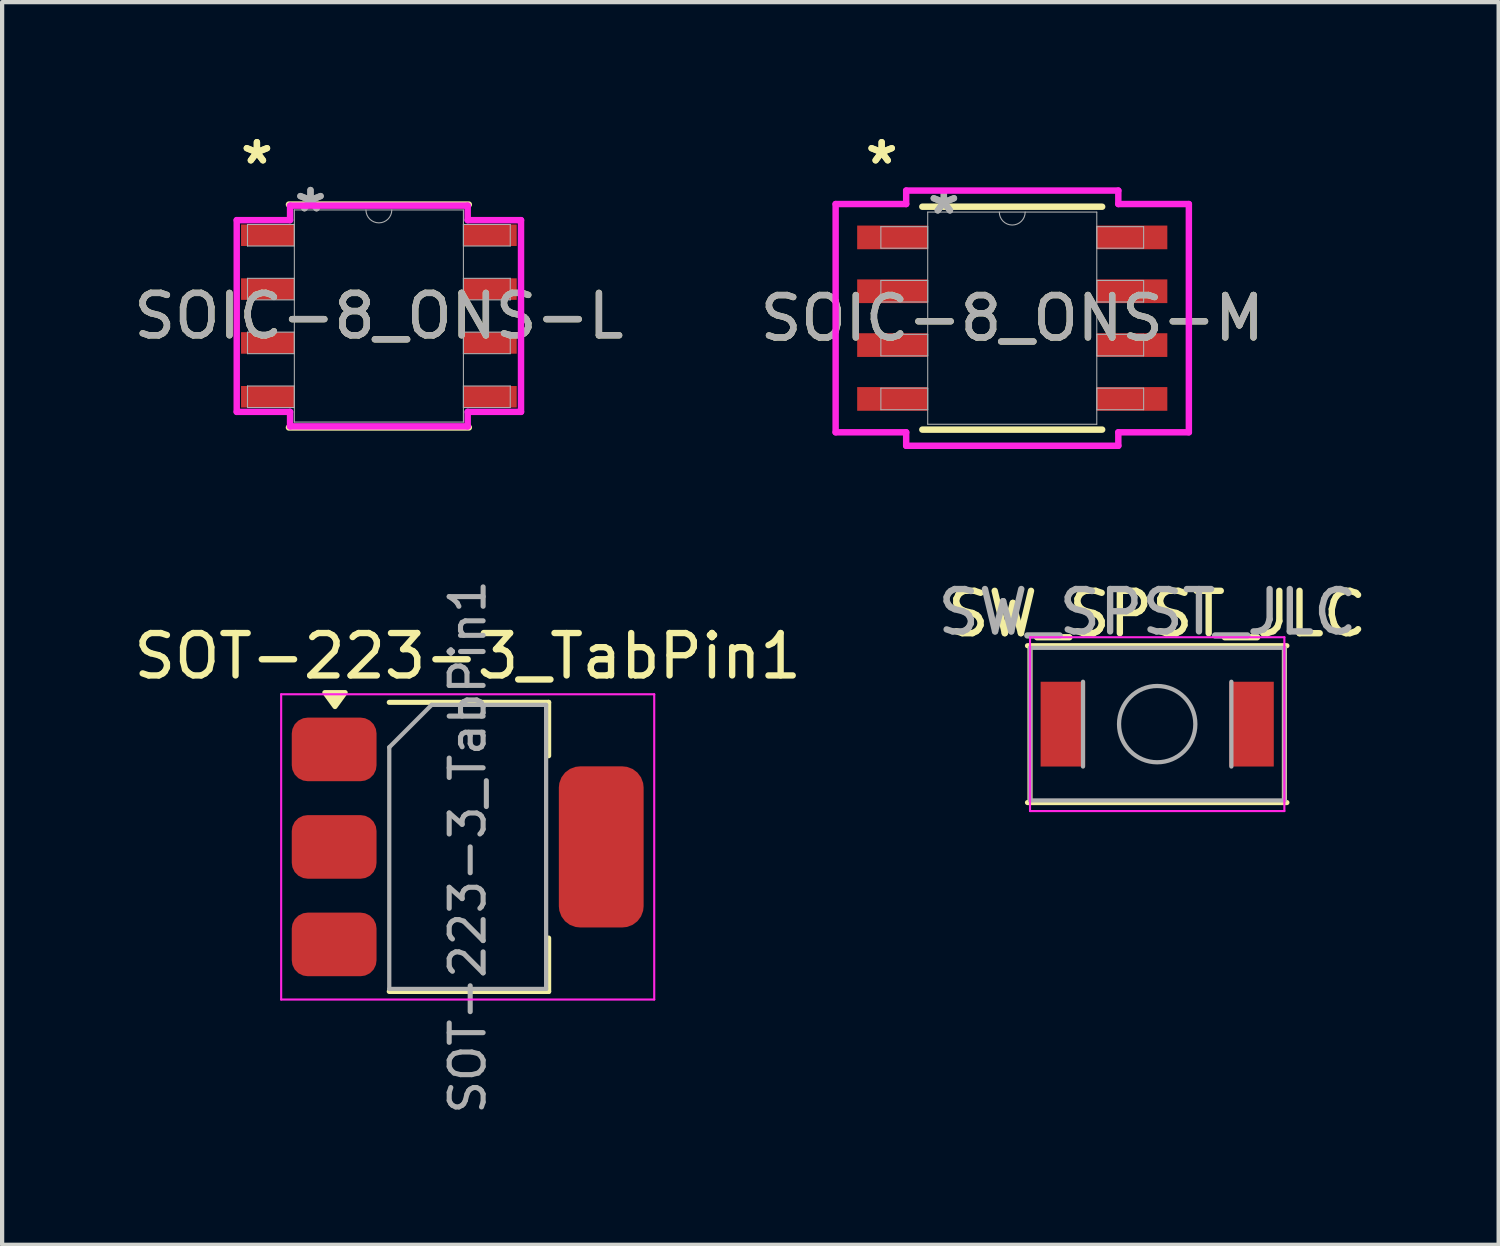
<source format=kicad_pcb>
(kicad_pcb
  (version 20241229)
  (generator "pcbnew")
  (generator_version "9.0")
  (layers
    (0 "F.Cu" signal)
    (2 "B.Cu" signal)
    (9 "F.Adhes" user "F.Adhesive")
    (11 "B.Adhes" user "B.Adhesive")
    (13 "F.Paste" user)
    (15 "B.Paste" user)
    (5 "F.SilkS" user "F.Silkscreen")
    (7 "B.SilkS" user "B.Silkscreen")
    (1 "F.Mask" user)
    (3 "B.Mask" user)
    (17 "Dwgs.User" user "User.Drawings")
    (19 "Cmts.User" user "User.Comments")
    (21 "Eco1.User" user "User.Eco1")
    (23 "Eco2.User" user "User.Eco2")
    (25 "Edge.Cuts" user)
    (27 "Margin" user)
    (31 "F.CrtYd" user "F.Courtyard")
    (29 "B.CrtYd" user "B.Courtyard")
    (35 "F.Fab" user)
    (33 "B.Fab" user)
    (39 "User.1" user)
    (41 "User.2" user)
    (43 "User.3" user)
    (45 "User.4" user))
  (footprint "SOIC-8_ONS-L"
    (layer "F.Cu")
    (at 5.887 4.404)
    (property "Reference" "SOIC-8_ONS-L" (at 0 0 0) (unlocked yes) (layer "F.SilkS") (effects (font (size 1 1) (thickness 0.15))))
    (attr smd)
    (fp_line (start -2.121 2.629) (end 2.121 2.629) (stroke (width 0.152) (type solid)) (layer "F.SilkS"))
    (fp_line (start 2.121 -2.629) (end -2.121 -2.629) (stroke (width 0.152) (type solid)) (layer "F.SilkS"))
    (fp_line (start -3.353 -2.261) (end -2.095 -2.261) (stroke (width 0.152) (type solid)) (layer "F.CrtYd"))
    (fp_line (start -3.353 2.261) (end -3.353 -2.261) (stroke (width 0.152) (type solid)) (layer "F.CrtYd"))
    (fp_line (start -3.353 2.261) (end -2.095 2.261) (stroke (width 0.152) (type solid)) (layer "F.CrtYd"))
    (fp_line (start -2.095 -2.603) (end 2.095 -2.603) (stroke (width 0.152) (type solid)) (layer "F.CrtYd"))
    (fp_line (start -2.095 -2.261) (end -2.095 -2.603) (stroke (width 0.152) (type solid)) (layer "F.CrtYd"))
    (fp_line (start -2.095 2.603) (end -2.095 2.261) (stroke (width 0.152) (type solid)) (layer "F.CrtYd"))
    (fp_line (start 2.095 -2.603) (end 2.095 -2.261) (stroke (width 0.152) (type solid)) (layer "F.CrtYd"))
    (fp_line (start 2.095 2.261) (end 2.095 2.603) (stroke (width 0.152) (type solid)) (layer "F.CrtYd"))
    (fp_line (start 2.095 2.603) (end -2.095 2.603) (stroke (width 0.152) (type solid)) (layer "F.CrtYd"))
    (fp_line (start 3.353 -2.261) (end 2.095 -2.261) (stroke (width 0.152) (type solid)) (layer "F.CrtYd"))
    (fp_line (start 3.353 -2.261) (end 3.353 2.261) (stroke (width 0.152) (type solid)) (layer "F.CrtYd"))
    (fp_line (start 3.353 2.261) (end 2.095 2.261) (stroke (width 0.152) (type solid)) (layer "F.CrtYd"))
    (fp_line (start -3.099 -2.159) (end -3.099 -1.651) (stroke (width 0.025) (type solid)) (layer "F.Fab"))
    (fp_line (start -3.099 -1.651) (end -1.994 -1.651) (stroke (width 0.025) (type solid)) (layer "F.Fab"))
    (fp_line (start -3.099 -0.889) (end -3.099 -0.381) (stroke (width 0.025) (type solid)) (layer "F.Fab"))
    (fp_line (start -3.099 -0.381) (end -1.994 -0.381) (stroke (width 0.025) (type solid)) (layer "F.Fab"))
    (fp_line (start -3.099 0.381) (end -3.099 0.889) (stroke (width 0.025) (type solid)) (layer "F.Fab"))
    (fp_line (start -3.099 0.889) (end -1.994 0.889) (stroke (width 0.025) (type solid)) (layer "F.Fab"))
    (fp_line (start -3.099 1.651) (end -3.099 2.159) (stroke (width 0.025) (type solid)) (layer "F.Fab"))
    (fp_line (start -3.099 2.159) (end -1.994 2.159) (stroke (width 0.025) (type solid)) (layer "F.Fab"))
    (fp_line (start -1.994 -2.502) (end -1.994 2.502) (stroke (width 0.025) (type solid)) (layer "F.Fab"))
    (fp_line (start -1.994 -2.159) (end -3.099 -2.159) (stroke (width 0.025) (type solid)) (layer "F.Fab"))
    (fp_line (start -1.994 -1.651) (end -1.994 -2.159) (stroke (width 0.025) (type solid)) (layer "F.Fab"))
    (fp_line (start -1.994 -0.889) (end -3.099 -0.889) (stroke (width 0.025) (type solid)) (layer "F.Fab"))
    (fp_line (start -1.994 -0.381) (end -1.994 -0.889) (stroke (width 0.025) (type solid)) (layer "F.Fab"))
    (fp_line (start -1.994 0.381) (end -3.099 0.381) (stroke (width 0.025) (type solid)) (layer "F.Fab"))
    (fp_line (start -1.994 0.889) (end -1.994 0.381) (stroke (width 0.025) (type solid)) (layer "F.Fab"))
    (fp_line (start -1.994 1.651) (end -3.099 1.651) (stroke (width 0.025) (type solid)) (layer "F.Fab"))
    (fp_line (start -1.994 2.159) (end -1.994 1.651) (stroke (width 0.025) (type solid)) (layer "F.Fab"))
    (fp_line (start -1.994 2.502) (end 1.994 2.502) (stroke (width 0.025) (type solid)) (layer "F.Fab"))
    (fp_line (start 1.994 -2.502) (end -1.994 -2.502) (stroke (width 0.025) (type solid)) (layer "F.Fab"))
    (fp_line (start 1.994 -2.159) (end 1.994 -1.651) (stroke (width 0.025) (type solid)) (layer "F.Fab"))
    (fp_line (start 1.994 -1.651) (end 3.099 -1.651) (stroke (width 0.025) (type solid)) (layer "F.Fab"))
    (fp_line (start 1.994 -0.889) (end 1.994 -0.381) (stroke (width 0.025) (type solid)) (layer "F.Fab"))
    (fp_line (start 1.994 -0.381) (end 3.099 -0.381) (stroke (width 0.025) (type solid)) (layer "F.Fab"))
    (fp_line (start 1.994 0.381) (end 1.994 0.889) (stroke (width 0.025) (type solid)) (layer "F.Fab"))
    (fp_line (start 1.994 0.889) (end 3.099 0.889) (stroke (width 0.025) (type solid)) (layer "F.Fab"))
    (fp_line (start 1.994 1.651) (end 1.994 2.159) (stroke (width 0.025) (type solid)) (layer "F.Fab"))
    (fp_line (start 1.994 2.159) (end 3.099 2.159) (stroke (width 0.025) (type solid)) (layer "F.Fab"))
    (fp_line (start 1.994 2.502) (end 1.994 -2.502) (stroke (width 0.025) (type solid)) (layer "F.Fab"))
    (fp_line (start 3.099 -2.159) (end 1.994 -2.159) (stroke (width 0.025) (type solid)) (layer "F.Fab"))
    (fp_line (start 3.099 -1.651) (end 3.099 -2.159) (stroke (width 0.025) (type solid)) (layer "F.Fab"))
    (fp_line (start 3.099 -0.889) (end 1.994 -0.889) (stroke (width 0.025) (type solid)) (layer "F.Fab"))
    (fp_line (start 3.099 -0.381) (end 3.099 -0.889) (stroke (width 0.025) (type solid)) (layer "F.Fab"))
    (fp_line (start 3.099 0.381) (end 1.994 0.381) (stroke (width 0.025) (type solid)) (layer "F.Fab"))
    (fp_line (start 3.099 0.889) (end 3.099 0.381) (stroke (width 0.025) (type solid)) (layer "F.Fab"))
    (fp_line (start 3.099 1.651) (end 1.994 1.651) (stroke (width 0.025) (type solid)) (layer "F.Fab"))
    (fp_line (start 3.099 2.159) (end 3.099 1.651) (stroke (width 0.025) (type solid)) (layer "F.Fab"))
    (fp_arc (start 0.3048 -2.5019) (mid 0 -2.1971) (end -0.3048 -2.5019) (stroke (width 0.0254) (type solid)) (layer "F.Fab"))
    (fp_text user "*" (at -2.877 -3.556 0) (layer "F.SilkS") (effects (font (size 1 1) (thickness 0.15))))
    (fp_text user "*" (at -2.877 -3.556 0) (unlocked yes) (layer "F.SilkS") (effects (font (size 1 1) (thickness 0.15))))
    (fp_text user "*" (at -1.613 -2.426 0) (layer "F.Fab") (effects (font (size 1 1) (thickness 0.15))))
    (fp_text user "*" (at -1.613 -2.426 0) (unlocked yes) (layer "F.Fab") (effects (font (size 1 1) (thickness 0.15))))
    (fp_text user "${REFERENCE}" (at 0 0 0) (unlocked yes) (layer "F.Fab") (effects (font (size 1 1) (thickness 0.15))))
    (pad "1" smd rect (at -2.623 -1.905) (size 1.257 0.508) (layers "F.Cu" "F.Mask" "F.Paste"))
    (pad "2" smd rect (at -2.623 -0.635) (size 1.257 0.508) (layers "F.Cu" "F.Mask" "F.Paste"))
    (pad "3" smd rect (at -2.623 0.635) (size 1.257 0.508) (layers "F.Cu" "F.Mask" "F.Paste"))
    (pad "4" smd rect (at -2.623 1.905) (size 1.257 0.508) (layers "F.Cu" "F.Mask" "F.Paste"))
    (pad "5" smd rect (at 2.623 1.905) (size 1.257 0.508) (layers "F.Cu" "F.Mask" "F.Paste"))
    (pad "6" smd rect (at 2.623 0.635) (size 1.257 0.508) (layers "F.Cu" "F.Mask" "F.Paste"))
    (pad "7" smd rect (at 2.623 -0.635) (size 1.257 0.508) (layers "F.Cu" "F.Mask" "F.Paste"))
    (pad "8" smd rect (at 2.623 -1.905) (size 1.257 0.508) (layers "F.Cu" "F.Mask" "F.Paste")))
  (footprint "SOT-223-3_TabPin1"
    (layer "F.Cu")
    (at 7.982 16.927)
    (property "Reference" "SOT-223-3_TabPin1" (at 0 -4.5 0) (layer "F.SilkS") (effects (font (size 1 1) (thickness 0.15))))
    (attr smd)
    (fp_line (start -1.85 -3.41) (end 1.91 -3.41) (stroke (width 0.12) (type solid)) (layer "F.SilkS"))
    (fp_line (start -1.85 3.41) (end 1.91 3.41) (stroke (width 0.12) (type solid)) (layer "F.SilkS"))
    (fp_line (start 1.91 -3.41) (end 1.91 -2.15) (stroke (width 0.12) (type solid)) (layer "F.SilkS"))
    (fp_line (start 1.91 3.41) (end 1.91 2.15) (stroke (width 0.12) (type solid)) (layer "F.SilkS"))
    (fp_poly (pts (xy -3.13 -3.31) (xy -3.37 -3.64) (xy -2.89 -3.64) (xy -3.13 -3.31)) (stroke (width 0.12) (type solid)) (fill yes) (layer "F.SilkS"))
    (fp_line (start -4.4 -3.6) (end -4.4 3.6) (stroke (width 0.05) (type solid)) (layer "F.CrtYd"))
    (fp_line (start -4.4 3.6) (end 4.4 3.6) (stroke (width 0.05) (type solid)) (layer "F.CrtYd"))
    (fp_line (start 4.4 -3.6) (end -4.4 -3.6) (stroke (width 0.05) (type solid)) (layer "F.CrtYd"))
    (fp_line (start 4.4 3.6) (end 4.4 -3.6) (stroke (width 0.05) (type solid)) (layer "F.CrtYd"))
    (fp_line (start -1.85 -2.35) (end -1.85 3.35) (stroke (width 0.1) (type solid)) (layer "F.Fab"))
    (fp_line (start -1.85 -2.35) (end -0.85 -3.35) (stroke (width 0.1) (type solid)) (layer "F.Fab"))
    (fp_line (start -1.85 3.35) (end 1.85 3.35) (stroke (width 0.1) (type solid)) (layer "F.Fab"))
    (fp_line (start -0.85 -3.35) (end 1.85 -3.35) (stroke (width 0.1) (type solid)) (layer "F.Fab"))
    (fp_line (start 1.85 -3.35) (end 1.85 3.35) (stroke (width 0.1) (type solid)) (layer "F.Fab"))
    (fp_text user "${REFERENCE}" (at 0 0 90) (layer "F.Fab") (effects (font (size 0.8 0.8) (thickness 0.12))))
    (pad "1" smd roundrect (at -3.15 -2.3) (size 2 1.5) (layers "F.Cu" "F.Mask" "F.Paste") (roundrect_rratio 0.25))
    (pad "1" smd roundrect (at 3.15 0) (size 2 3.8) (layers "F.Cu" "F.Mask" "F.Paste") (roundrect_rratio 0.25))
    (pad "2" smd roundrect (at -3.15 0) (size 2 1.5) (layers "F.Cu" "F.Mask" "F.Paste") (roundrect_rratio 0.25))
    (pad "3" smd roundrect (at -3.15 2.3) (size 2 1.5) (layers "F.Cu" "F.Mask" "F.Paste") (roundrect_rratio 0.25)))
  (footprint "SOIC-8_ONS-M"
    (layer "F.Cu")
    (at 20.827 4.455)
    (property "Reference" "SOIC-8_ONS-M" (at 0 0 0) (unlocked yes) (layer "F.SilkS") (effects (font (size 1 1) (thickness 0.15))))
    (attr smd)
    (fp_line (start -2.121 2.629) (end 2.121 2.629) (stroke (width 0.152) (type solid)) (layer "F.SilkS"))
    (fp_line (start 2.121 -2.629) (end -2.121 -2.629) (stroke (width 0.152) (type solid)) (layer "F.SilkS"))
    (fp_line (start -4.166 -2.692) (end -2.502 -2.692) (stroke (width 0.152) (type solid)) (layer "F.CrtYd"))
    (fp_line (start -4.166 2.692) (end -4.166 -2.692) (stroke (width 0.152) (type solid)) (layer "F.CrtYd"))
    (fp_line (start -4.166 2.692) (end -2.502 2.692) (stroke (width 0.152) (type solid)) (layer "F.CrtYd"))
    (fp_line (start -2.502 -3.01) (end 2.502 -3.01) (stroke (width 0.152) (type solid)) (layer "F.CrtYd"))
    (fp_line (start -2.502 -2.692) (end -2.502 -3.01) (stroke (width 0.152) (type solid)) (layer "F.CrtYd"))
    (fp_line (start -2.502 3.01) (end -2.502 2.692) (stroke (width 0.152) (type solid)) (layer "F.CrtYd"))
    (fp_line (start 2.502 -3.01) (end 2.502 -2.692) (stroke (width 0.152) (type solid)) (layer "F.CrtYd"))
    (fp_line (start 2.502 2.692) (end 2.502 3.01) (stroke (width 0.152) (type solid)) (layer "F.CrtYd"))
    (fp_line (start 2.502 3.01) (end -2.502 3.01) (stroke (width 0.152) (type solid)) (layer "F.CrtYd"))
    (fp_line (start 4.166 -2.692) (end 2.502 -2.692) (stroke (width 0.152) (type solid)) (layer "F.CrtYd"))
    (fp_line (start 4.166 -2.692) (end 4.166 2.692) (stroke (width 0.152) (type solid)) (layer "F.CrtYd"))
    (fp_line (start 4.166 2.692) (end 2.502 2.692) (stroke (width 0.152) (type solid)) (layer "F.CrtYd"))
    (fp_line (start -3.099 -2.159) (end -3.099 -1.651) (stroke (width 0.025) (type solid)) (layer "F.Fab"))
    (fp_line (start -3.099 -1.651) (end -1.994 -1.651) (stroke (width 0.025) (type solid)) (layer "F.Fab"))
    (fp_line (start -3.099 -0.889) (end -3.099 -0.381) (stroke (width 0.025) (type solid)) (layer "F.Fab"))
    (fp_line (start -3.099 -0.381) (end -1.994 -0.381) (stroke (width 0.025) (type solid)) (layer "F.Fab"))
    (fp_line (start -3.099 0.381) (end -3.099 0.889) (stroke (width 0.025) (type solid)) (layer "F.Fab"))
    (fp_line (start -3.099 0.889) (end -1.994 0.889) (stroke (width 0.025) (type solid)) (layer "F.Fab"))
    (fp_line (start -3.099 1.651) (end -3.099 2.159) (stroke (width 0.025) (type solid)) (layer "F.Fab"))
    (fp_line (start -3.099 2.159) (end -1.994 2.159) (stroke (width 0.025) (type solid)) (layer "F.Fab"))
    (fp_line (start -1.994 -2.502) (end -1.994 2.502) (stroke (width 0.025) (type solid)) (layer "F.Fab"))
    (fp_line (start -1.994 -2.159) (end -3.099 -2.159) (stroke (width 0.025) (type solid)) (layer "F.Fab"))
    (fp_line (start -1.994 -1.651) (end -1.994 -2.159) (stroke (width 0.025) (type solid)) (layer "F.Fab"))
    (fp_line (start -1.994 -0.889) (end -3.099 -0.889) (stroke (width 0.025) (type solid)) (layer "F.Fab"))
    (fp_line (start -1.994 -0.381) (end -1.994 -0.889) (stroke (width 0.025) (type solid)) (layer "F.Fab"))
    (fp_line (start -1.994 0.381) (end -3.099 0.381) (stroke (width 0.025) (type solid)) (layer "F.Fab"))
    (fp_line (start -1.994 0.889) (end -1.994 0.381) (stroke (width 0.025) (type solid)) (layer "F.Fab"))
    (fp_line (start -1.994 1.651) (end -3.099 1.651) (stroke (width 0.025) (type solid)) (layer "F.Fab"))
    (fp_line (start -1.994 2.159) (end -1.994 1.651) (stroke (width 0.025) (type solid)) (layer "F.Fab"))
    (fp_line (start -1.994 2.502) (end 1.994 2.502) (stroke (width 0.025) (type solid)) (layer "F.Fab"))
    (fp_line (start 1.994 -2.502) (end -1.994 -2.502) (stroke (width 0.025) (type solid)) (layer "F.Fab"))
    (fp_line (start 1.994 -2.159) (end 1.994 -1.651) (stroke (width 0.025) (type solid)) (layer "F.Fab"))
    (fp_line (start 1.994 -1.651) (end 3.099 -1.651) (stroke (width 0.025) (type solid)) (layer "F.Fab"))
    (fp_line (start 1.994 -0.889) (end 1.994 -0.381) (stroke (width 0.025) (type solid)) (layer "F.Fab"))
    (fp_line (start 1.994 -0.381) (end 3.099 -0.381) (stroke (width 0.025) (type solid)) (layer "F.Fab"))
    (fp_line (start 1.994 0.381) (end 1.994 0.889) (stroke (width 0.025) (type solid)) (layer "F.Fab"))
    (fp_line (start 1.994 0.889) (end 3.099 0.889) (stroke (width 0.025) (type solid)) (layer "F.Fab"))
    (fp_line (start 1.994 1.651) (end 1.994 2.159) (stroke (width 0.025) (type solid)) (layer "F.Fab"))
    (fp_line (start 1.994 2.159) (end 3.099 2.159) (stroke (width 0.025) (type solid)) (layer "F.Fab"))
    (fp_line (start 1.994 2.502) (end 1.994 -2.502) (stroke (width 0.025) (type solid)) (layer "F.Fab"))
    (fp_line (start 3.099 -2.159) (end 1.994 -2.159) (stroke (width 0.025) (type solid)) (layer "F.Fab"))
    (fp_line (start 3.099 -1.651) (end 3.099 -2.159) (stroke (width 0.025) (type solid)) (layer "F.Fab"))
    (fp_line (start 3.099 -0.889) (end 1.994 -0.889) (stroke (width 0.025) (type solid)) (layer "F.Fab"))
    (fp_line (start 3.099 -0.381) (end 3.099 -0.889) (stroke (width 0.025) (type solid)) (layer "F.Fab"))
    (fp_line (start 3.099 0.381) (end 1.994 0.381) (stroke (width 0.025) (type solid)) (layer "F.Fab"))
    (fp_line (start 3.099 0.889) (end 3.099 0.381) (stroke (width 0.025) (type solid)) (layer "F.Fab"))
    (fp_line (start 3.099 1.651) (end 1.994 1.651) (stroke (width 0.025) (type solid)) (layer "F.Fab"))
    (fp_line (start 3.099 2.159) (end 3.099 1.651) (stroke (width 0.025) (type solid)) (layer "F.Fab"))
    (fp_arc (start 0.3048 -2.5019) (mid 0 -2.1971) (end -0.3048 -2.5019) (stroke (width 0.0254) (type solid)) (layer "F.Fab"))
    (fp_text user "*" (at -3.08 -3.607 0) (unlocked yes) (layer "F.SilkS") (effects (font (size 1 1) (thickness 0.15))))
    (fp_text user "*" (at -3.08 -3.607 0) (layer "F.SilkS") (effects (font (size 1 1) (thickness 0.15))))
    (fp_text user "${REFERENCE}" (at 0 0 0) (unlocked yes) (layer "F.Fab") (effects (font (size 1 1) (thickness 0.15))))
    (fp_text user "*" (at -1.613 -2.426 0) (layer "F.Fab") (effects (font (size 1 1) (thickness 0.15))))
    (fp_text user "*" (at -1.613 -2.426 0) (unlocked yes) (layer "F.Fab") (effects (font (size 1 1) (thickness 0.15))))
    (pad "1" smd rect (at -2.826 -1.905) (size 1.664 0.559) (layers "F.Cu" "F.Mask" "F.Paste"))
    (pad "2" smd rect (at -2.826 -0.635) (size 1.664 0.559) (layers "F.Cu" "F.Mask" "F.Paste"))
    (pad "3" smd rect (at -2.826 0.635) (size 1.664 0.559) (layers "F.Cu" "F.Mask" "F.Paste"))
    (pad "4" smd rect (at -2.826 1.905) (size 1.664 0.559) (layers "F.Cu" "F.Mask" "F.Paste"))
    (pad "5" smd rect (at 2.826 1.905) (size 1.664 0.559) (layers "F.Cu" "F.Mask" "F.Paste"))
    (pad "6" smd rect (at 2.826 0.635) (size 1.664 0.559) (layers "F.Cu" "F.Mask" "F.Paste"))
    (pad "7" smd rect (at 2.826 -0.635) (size 1.664 0.559) (layers "F.Cu" "F.Mask" "F.Paste"))
    (pad "8" smd rect (at 2.826 -1.905) (size 1.664 0.559) (layers "F.Cu" "F.Mask" "F.Paste")))
  (footprint "SW_SPST_JLC"
    (layer "F.Cu")
    (at 24.246 14.031)
    (property "Reference" "SW_SPST_JLC" (at 0 -2.6 0) (layer "F.SilkS") (effects (font (size 1 1) (thickness 0.15))))
    (attr smd)
    (fp_line (start -3.06 -1.85) (end 3.06 -1.85) (stroke (width 0.12) (type solid)) (layer "F.SilkS"))
    (fp_line (start -3 1.85) (end -3 -1.85) (stroke (width 0.12) (type solid)) (layer "F.SilkS"))
    (fp_line (start 3 -1.85) (end 3 1.85) (stroke (width 0.12) (type solid)) (layer "F.SilkS"))
    (fp_line (start 3.06 1.85) (end -3.06 1.85) (stroke (width 0.12) (type solid)) (layer "F.SilkS"))
    (fp_line (start -3 -2.05) (end 3 -2.05) (stroke (width 0.05) (type solid)) (layer "F.CrtYd"))
    (fp_line (start -3 2.05) (end -3 -2.05) (stroke (width 0.05) (type solid)) (layer "F.CrtYd"))
    (fp_line (start 3 -2.05) (end 3 2.05) (stroke (width 0.05) (type solid)) (layer "F.CrtYd"))
    (fp_line (start 3 2.05) (end -3 2.05) (stroke (width 0.05) (type solid)) (layer "F.CrtYd"))
    (fp_line (start -3 -1.8) (end -3 1.8) (stroke (width 0.1) (type solid)) (layer "F.Fab"))
    (fp_line (start -3 -1.8) (end 3 -1.8) (stroke (width 0.1) (type solid)) (layer "F.Fab"))
    (fp_line (start -3 1.8) (end 3 1.8) (stroke (width 0.1) (type solid)) (layer "F.Fab"))
    (fp_line (start -1.75 1) (end -1.75 -1) (stroke (width 0.1) (type solid)) (layer "F.Fab"))
    (fp_line (start 1.75 -1) (end 1.75 1) (stroke (width 0.1) (type solid)) (layer "F.Fab"))
    (fp_line (start 3 -1.8) (end 3 1.8) (stroke (width 0.1) (type solid)) (layer "F.Fab"))
    (fp_circle (center 0 0) (end 0.9 0) (stroke (width 0.1) (type default)) (fill no) (layer "F.Fab"))
    (fp_text user "${REFERENCE}" (at -0.229 -2.642 0) (layer "F.Fab") (effects (font (size 1 1) (thickness 0.15))))
    (pad "1" smd rect (at -2.225 0) (size 1.05 2) (layers "F.Cu" "F.Mask" "F.Paste"))
    (pad "2" smd rect (at 2.225 0) (size 1.05 2) (layers "F.Cu" "F.Mask" "F.Paste")))
  (gr_rect
    (start -3 -3)
    (end 32.3 26.313)
    (stroke (width 0.1) (type default))
    (fill no)
    (layer "Edge.Cuts")))
</source>
